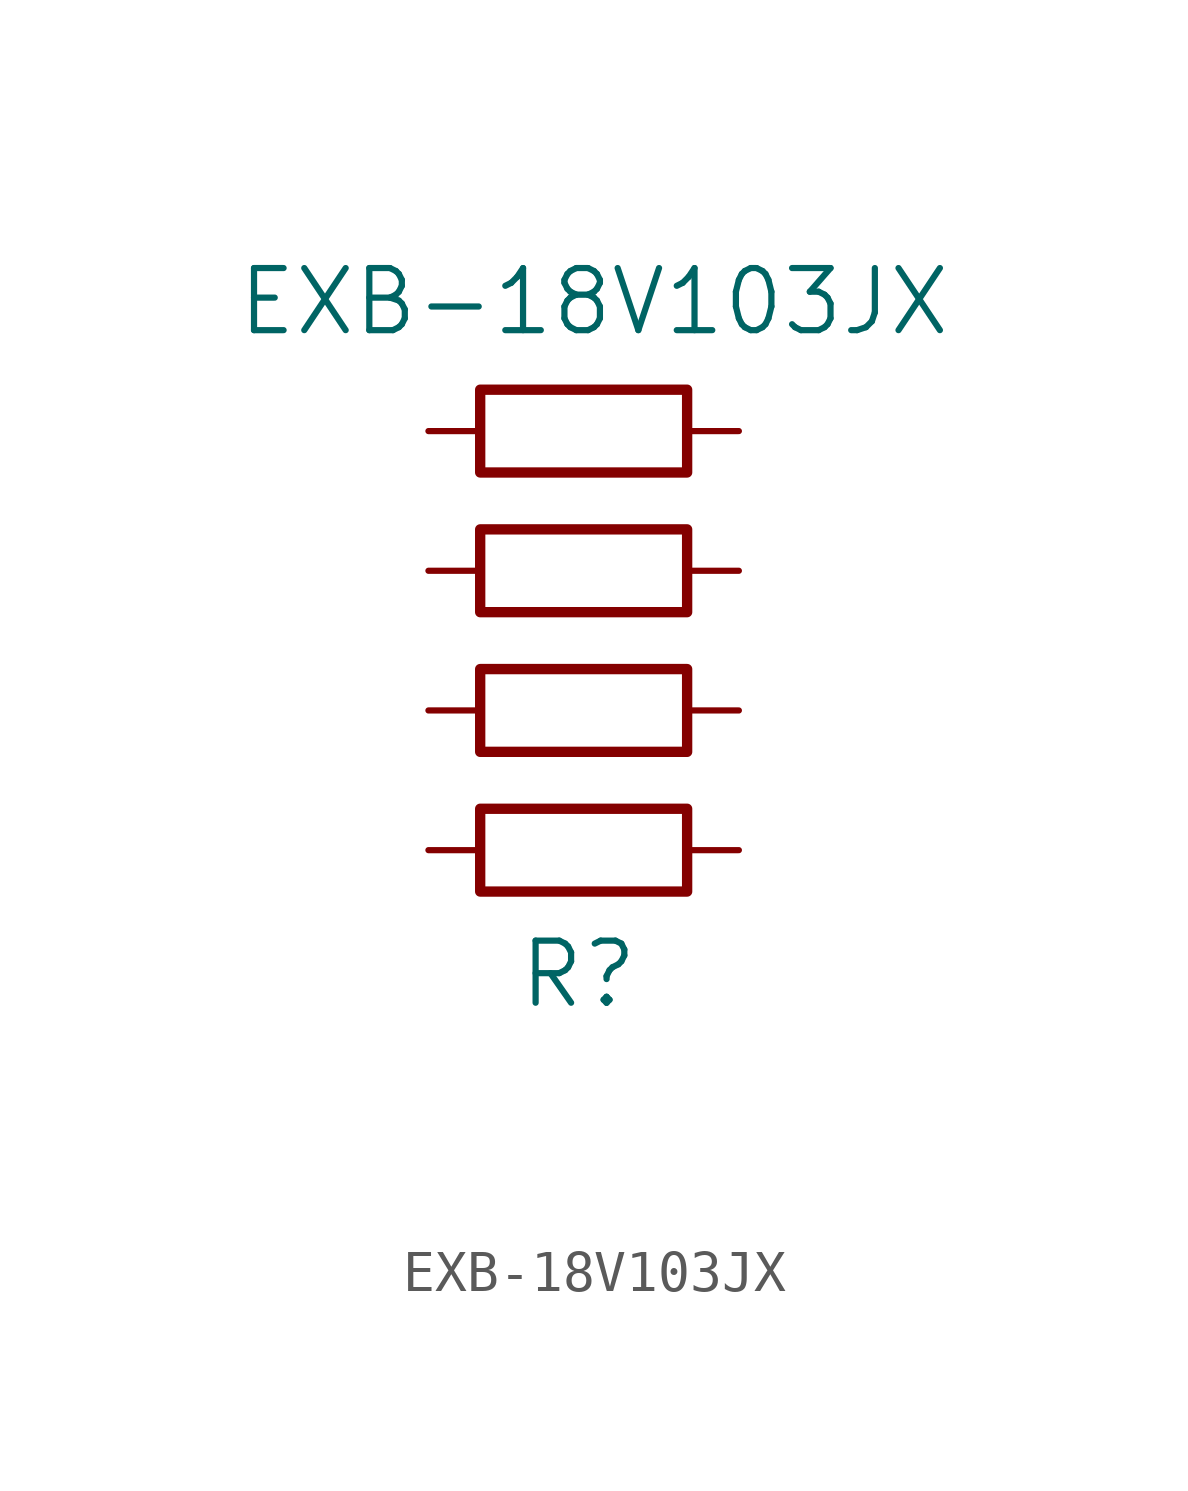
<source format=kicad_sym>
(kicad_symbol_lib
  (version 20201005)
  (generator kicad_symbol_editor)
  (symbol "resistor_array-EXB-18V103JX:EXB-18V103JX"
    (pin_numbers hide)
    (pin_names
      (offset -2.54))
    (property "Reference" "R"
      (at 5.461 3.937 0)
      (effects (font (size 1.524 1.524))))
    (property "Value" "EXB-18V103JX"
      (at 5.842 20.447 0)
      (effects (font (size 1.524 1.524))))
    (property "Datasheet" ""
      (at 0 0 0)
      (effects (font (size 1.524 1.524))))
    (property "ki_locked" ""
      (at 0 0 0)
      (effects (font (size 1.27 1.27))))
    (symbol "EXB-18V103JX_0_1"
      (rectangle (start 8.128 5.969) (end 3.048 8.001) (stroke (width 0.254)) (fill (type none)))
      (rectangle (start 8.128 9.398) (end 3.048 11.43) (stroke (width 0.254)) (fill (type none)))
      (rectangle (start 8.128 12.827) (end 3.048 14.859) (stroke (width 0.254)) (fill (type none)))
      (rectangle (start 8.128 16.256) (end 3.048 18.288) (stroke (width 0.254)) (fill (type none))))
    (symbol "EXB-18V103JX_1_1"
      (pin passive line (at 1.778 6.985 0) (length 1.27) (name "~" (effects (font (size 1.27 1.27)))) (number "1" (effects (font (size 1.27 1.27)))))
      (pin passive line (at 1.778 10.414 0) (length 1.27) (name "~" (effects (font (size 1.27 1.27)))) (number "1" (effects (font (size 1.27 1.27)))))
      (pin passive line (at 1.778 13.843 0) (length 1.27) (name "~" (effects (font (size 1.27 1.27)))) (number "1" (effects (font (size 1.27 1.27)))))
      (pin passive line (at 1.778 17.272 0) (length 1.27) (name "~" (effects (font (size 1.27 1.27)))) (number "1" (effects (font (size 1.27 1.27)))))
      (pin passive line (at 9.398 6.985 180) (length 1.27) (name "~" (effects (font (size 1.27 1.27)))) (number "2" (effects (font (size 1.27 1.27)))))
      (pin passive line (at 9.398 10.414 180) (length 1.27) (name "~" (effects (font (size 1.27 1.27)))) (number "2" (effects (font (size 1.27 1.27)))))
      (pin passive line (at 9.398 13.843 180) (length 1.27) (name "~" (effects (font (size 1.27 1.27)))) (number "2" (effects (font (size 1.27 1.27)))))
      (pin passive line (at 9.398 17.272 180) (length 1.27) (name "~" (effects (font (size 1.27 1.27)))) (number "2" (effects (font (size 1.27 1.27))))))))
</source>
